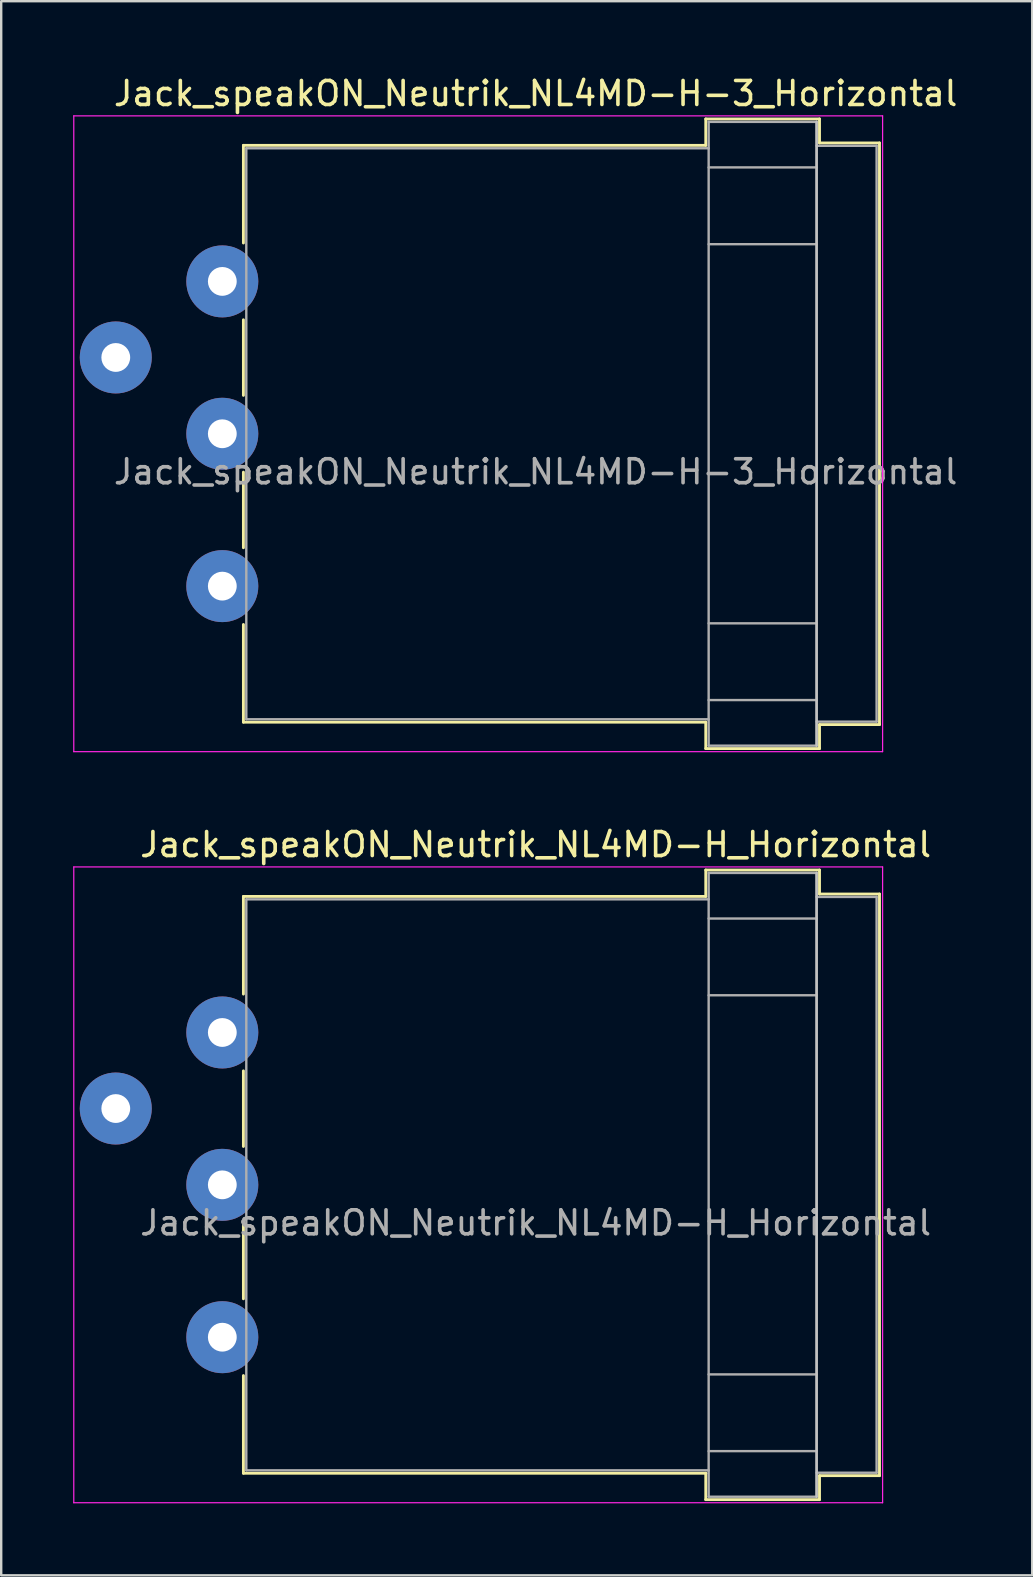
<source format=kicad_pcb>
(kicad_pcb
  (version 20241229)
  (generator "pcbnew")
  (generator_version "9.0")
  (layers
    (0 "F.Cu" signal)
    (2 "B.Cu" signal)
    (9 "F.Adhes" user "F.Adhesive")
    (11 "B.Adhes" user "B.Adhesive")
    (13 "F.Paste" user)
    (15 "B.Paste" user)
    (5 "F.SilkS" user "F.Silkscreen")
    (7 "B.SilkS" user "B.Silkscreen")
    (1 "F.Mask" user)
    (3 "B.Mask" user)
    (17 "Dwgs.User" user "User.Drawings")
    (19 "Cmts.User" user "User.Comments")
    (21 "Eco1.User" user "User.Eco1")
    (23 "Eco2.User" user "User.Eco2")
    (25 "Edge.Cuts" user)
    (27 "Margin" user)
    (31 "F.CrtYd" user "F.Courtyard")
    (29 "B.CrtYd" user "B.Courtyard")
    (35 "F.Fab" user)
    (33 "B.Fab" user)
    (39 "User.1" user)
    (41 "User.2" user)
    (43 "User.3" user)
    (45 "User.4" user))
  (footprint "Jack_speakON_Neutrik_NL4MD-H-3_Horizontal"
    (layer "F.Cu")
    (at 1.775 11.848)
    (property "Reference" "Jack_speakON_Neutrik_NL4MD-H-3_Horizontal" (at 17.5 -11 0) (layer "F.SilkS") (effects (font (size 1 1) (thickness 0.15))))
    (attr through_hole)
    (fp_line (start 5.32 -8.84) (end 24.59 -8.84) (stroke (width 0.12) (type solid)) (layer "F.SilkS"))
    (fp_line (start 5.32 -4.77) (end 5.32 -8.84) (stroke (width 0.12) (type solid)) (layer "F.SilkS"))
    (fp_line (start 5.32 1.58) (end 5.32 -1.57) (stroke (width 0.12) (type solid)) (layer "F.SilkS"))
    (fp_line (start 5.32 7.93) (end 5.32 4.78) (stroke (width 0.12) (type solid)) (layer "F.SilkS"))
    (fp_line (start 5.32 15.2) (end 5.32 11.13) (stroke (width 0.12) (type solid)) (layer "F.SilkS"))
    (fp_line (start 5.32 15.2) (end 24.59 15.2) (stroke (width 0.12) (type solid)) (layer "F.SilkS"))
    (fp_line (start 24.59 -9.94) (end 24.59 -8.84) (stroke (width 0.12) (type solid)) (layer "F.SilkS"))
    (fp_line (start 24.59 -9.94) (end 29.33 -9.94) (stroke (width 0.12) (type solid)) (layer "F.SilkS"))
    (fp_line (start 24.59 16.3) (end 24.59 15.2) (stroke (width 0.12) (type solid)) (layer "F.SilkS"))
    (fp_line (start 24.59 16.3) (end 29.33 16.3) (stroke (width 0.12) (type solid)) (layer "F.SilkS"))
    (fp_line (start 29.33 -9.94) (end 29.33 -8.94) (stroke (width 0.12) (type solid)) (layer "F.SilkS"))
    (fp_line (start 29.33 16.3) (end 29.33 15.3) (stroke (width 0.12) (type solid)) (layer "F.SilkS"))
    (fp_line (start 31.83 -8.94) (end 29.33 -8.94) (stroke (width 0.12) (type solid)) (layer "F.SilkS"))
    (fp_line (start 31.83 15.3) (end 29.33 15.3) (stroke (width 0.12) (type solid)) (layer "F.SilkS"))
    (fp_line (start 31.83 15.3) (end 31.83 -8.94) (stroke (width 0.12) (type solid)) (layer "F.SilkS"))
    (fp_line (start 29.21 16.18) (end 29.21 -9.82) (stroke (width 0.1) (type solid)) (layer "Dwgs.User"))
    (fp_line (start -1.75 16.43) (end -1.75 -10.07) (stroke (width 0.05) (type solid)) (layer "F.CrtYd"))
    (fp_line (start -1.75 16.43) (end 31.96 16.43) (stroke (width 0.05) (type solid)) (layer "F.CrtYd"))
    (fp_line (start 31.96 -10.07) (end -1.75 -10.07) (stroke (width 0.05) (type solid)) (layer "F.CrtYd"))
    (fp_line (start 31.96 -10.07) (end 31.96 16.43) (stroke (width 0.05) (type solid)) (layer "F.CrtYd"))
    (fp_line (start 5.44 -8.72) (end 24.71 -8.72) (stroke (width 0.1) (type solid)) (layer "F.Fab"))
    (fp_line (start 5.44 15.08) (end 5.44 -8.72) (stroke (width 0.1) (type solid)) (layer "F.Fab"))
    (fp_line (start 5.44 15.08) (end 24.71 15.08) (stroke (width 0.1) (type solid)) (layer "F.Fab"))
    (fp_line (start 24.71 -9.82) (end 29.21 -9.82) (stroke (width 0.1) (type solid)) (layer "F.Fab"))
    (fp_line (start 24.71 -7.92) (end 29.21 -7.92) (stroke (width 0.1) (type solid)) (layer "F.Fab"))
    (fp_line (start 24.71 -4.72) (end 29.21 -4.72) (stroke (width 0.1) (type solid)) (layer "F.Fab"))
    (fp_line (start 24.71 11.08) (end 29.21 11.08) (stroke (width 0.1) (type solid)) (layer "F.Fab"))
    (fp_line (start 24.71 14.28) (end 29.21 14.28) (stroke (width 0.1) (type solid)) (layer "F.Fab"))
    (fp_line (start 24.71 16.18) (end 24.71 -9.82) (stroke (width 0.1) (type solid)) (layer "F.Fab"))
    (fp_line (start 24.71 16.18) (end 29.21 16.18) (stroke (width 0.1) (type solid)) (layer "F.Fab"))
    (fp_line (start 29.21 16.18) (end 29.21 -9.82) (stroke (width 0.1) (type solid)) (layer "F.Fab"))
    (fp_line (start 31.71 -8.82) (end 29.21 -8.82) (stroke (width 0.1) (type solid)) (layer "F.Fab"))
    (fp_line (start 31.71 15.18) (end 29.21 15.18) (stroke (width 0.1) (type solid)) (layer "F.Fab"))
    (fp_line (start 31.71 15.18) (end 31.71 -8.82) (stroke (width 0.1) (type solid)) (layer "F.Fab"))
    (fp_text user "${REFERENCE}" (at 17.5 4.765 0) (layer "F.Fab") (effects (font (size 1 1) (thickness 0.15))))
    (pad "1+" thru_hole circle (at 0 0) (size 3 3) (drill 1.2) (layers "*.Cu" "*.Mask"))
    (pad "1-" thru_hole circle (at 4.44 9.53) (size 3 3) (drill 1.2) (layers "*.Cu" "*.Mask"))
    (pad "2+" thru_hole circle (at 4.44 3.18) (size 3 3) (drill 1.2) (layers "*.Cu" "*.Mask"))
    (pad "2-" thru_hole circle (at 4.44 -3.17) (size 3 3) (drill 1.2) (layers "*.Cu" "*.Mask")))
  (footprint "Jack_speakON_Neutrik_NL4MD-H_Horizontal"
    (layer "F.Cu")
    (at 1.775 43.151)
    (property "Reference" "Jack_speakON_Neutrik_NL4MD-H_Horizontal" (at 17.5 -11 0) (layer "F.SilkS") (effects (font (size 1 1) (thickness 0.15))))
    (attr through_hole)
    (fp_line (start 5.32 -8.84) (end 24.59 -8.84) (stroke (width 0.12) (type solid)) (layer "F.SilkS"))
    (fp_line (start 5.32 -4.77) (end 5.32 -8.84) (stroke (width 0.12) (type solid)) (layer "F.SilkS"))
    (fp_line (start 5.32 1.58) (end 5.32 -1.57) (stroke (width 0.12) (type solid)) (layer "F.SilkS"))
    (fp_line (start 5.32 7.93) (end 5.32 4.78) (stroke (width 0.12) (type solid)) (layer "F.SilkS"))
    (fp_line (start 5.32 15.2) (end 5.32 11.13) (stroke (width 0.12) (type solid)) (layer "F.SilkS"))
    (fp_line (start 5.32 15.2) (end 24.6 15.2) (stroke (width 0.12) (type solid)) (layer "F.SilkS"))
    (fp_line (start 24.59 -9.94) (end 24.59 -8.84) (stroke (width 0.12) (type solid)) (layer "F.SilkS"))
    (fp_line (start 24.59 -9.94) (end 29.33 -9.94) (stroke (width 0.12) (type solid)) (layer "F.SilkS"))
    (fp_line (start 24.59 16.3) (end 24.59 15.2) (stroke (width 0.12) (type solid)) (layer "F.SilkS"))
    (fp_line (start 24.59 16.3) (end 29.33 16.3) (stroke (width 0.12) (type solid)) (layer "F.SilkS"))
    (fp_line (start 29.33 -9.94) (end 29.33 -8.94) (stroke (width 0.12) (type solid)) (layer "F.SilkS"))
    (fp_line (start 29.33 16.3) (end 29.33 15.3) (stroke (width 0.12) (type solid)) (layer "F.SilkS"))
    (fp_line (start 31.83 -8.94) (end 29.33 -8.94) (stroke (width 0.12) (type solid)) (layer "F.SilkS"))
    (fp_line (start 31.83 15.3) (end 29.33 15.3) (stroke (width 0.12) (type solid)) (layer "F.SilkS"))
    (fp_line (start 31.83 15.3) (end 31.83 -8.94) (stroke (width 0.12) (type solid)) (layer "F.SilkS"))
    (fp_line (start 29.21 16.18) (end 29.21 -9.82) (stroke (width 0.1) (type solid)) (layer "Dwgs.User"))
    (fp_line (start -1.75 16.43) (end -1.75 -10.07) (stroke (width 0.05) (type solid)) (layer "F.CrtYd"))
    (fp_line (start -1.75 16.43) (end 31.96 16.43) (stroke (width 0.05) (type solid)) (layer "F.CrtYd"))
    (fp_line (start 31.96 -10.07) (end -1.75 -10.07) (stroke (width 0.05) (type solid)) (layer "F.CrtYd"))
    (fp_line (start 31.96 -10.07) (end 31.96 16.43) (stroke (width 0.05) (type solid)) (layer "F.CrtYd"))
    (fp_line (start 5.44 -8.72) (end 24.71 -8.72) (stroke (width 0.1) (type solid)) (layer "F.Fab"))
    (fp_line (start 5.44 15.08) (end 5.44 -8.72) (stroke (width 0.1) (type solid)) (layer "F.Fab"))
    (fp_line (start 5.44 15.08) (end 24.71 15.08) (stroke (width 0.1) (type solid)) (layer "F.Fab"))
    (fp_line (start 24.71 -9.82) (end 29.21 -9.82) (stroke (width 0.1) (type solid)) (layer "F.Fab"))
    (fp_line (start 24.71 -7.92) (end 29.21 -7.92) (stroke (width 0.1) (type solid)) (layer "F.Fab"))
    (fp_line (start 24.71 -4.72) (end 29.21 -4.72) (stroke (width 0.1) (type solid)) (layer "F.Fab"))
    (fp_line (start 24.71 11.08) (end 29.21 11.08) (stroke (width 0.1) (type solid)) (layer "F.Fab"))
    (fp_line (start 24.71 14.28) (end 29.21 14.28) (stroke (width 0.1) (type solid)) (layer "F.Fab"))
    (fp_line (start 24.71 16.18) (end 24.71 -9.82) (stroke (width 0.1) (type solid)) (layer "F.Fab"))
    (fp_line (start 24.71 16.18) (end 29.21 16.18) (stroke (width 0.1) (type solid)) (layer "F.Fab"))
    (fp_line (start 29.21 16.18) (end 29.21 -9.82) (stroke (width 0.1) (type solid)) (layer "F.Fab"))
    (fp_line (start 31.71 -8.82) (end 29.21 -8.82) (stroke (width 0.1) (type solid)) (layer "F.Fab"))
    (fp_line (start 31.71 15.18) (end 29.21 15.18) (stroke (width 0.1) (type solid)) (layer "F.Fab"))
    (fp_line (start 31.71 15.18) (end 31.71 -8.82) (stroke (width 0.1) (type solid)) (layer "F.Fab"))
    (fp_text user "${REFERENCE}" (at 17.5 4.765 0) (layer "F.Fab") (effects (font (size 1 1) (thickness 0.15))))
    (pad "1+" thru_hole circle (at 0 0) (size 3 3) (drill 1.2) (layers "*.Cu" "*.Mask"))
    (pad "1-" thru_hole circle (at 4.44 9.53) (size 3 3) (drill 1.2) (layers "*.Cu" "*.Mask"))
    (pad "2+" thru_hole circle (at 4.44 3.18) (size 3 3) (drill 1.2) (layers "*.Cu" "*.Mask"))
    (pad "2-" thru_hole circle (at 4.44 -3.17) (size 3 3) (drill 1.2) (layers "*.Cu" "*.Mask")))
  (gr_rect
    (start -3 -3)
    (end 39.971 62.606)
    (stroke (width 0.1) (type default))
    (fill no)
    (layer "Edge.Cuts")))
</source>
